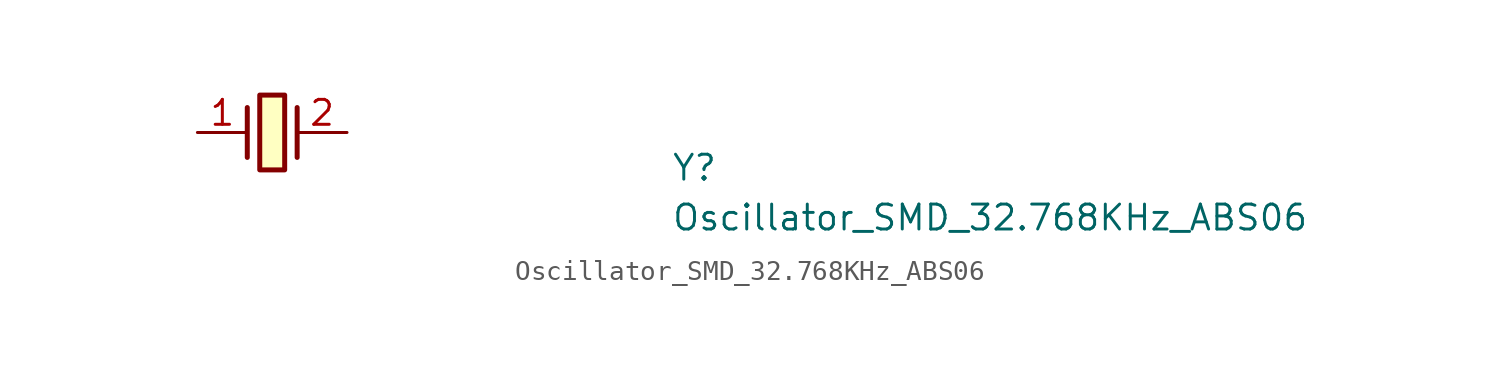
<source format=kicad_sym>
(kicad_symbol_lib
  (version 20211014)
  (generator kicad_symbol_editor)
  (symbol "Oscillator_SMD_32.768KHz_ABS06"
    (pin_names hide)
    (property "Reference" "Y"
      (at 24.13 -2.54 0)
      (effects (font (size 1.27 1.27) (thickness 0.15)) (justify left bottom)))
    (property "Value" "Oscillator_SMD_32.768KHz_ABS06"
      (at 24.13 -5.08 0)
      (effects (font (size 1.27 1.27) (thickness 0.15)) (justify left bottom)))
    (symbol "Oscillator_SMD_32.768KHz_ABS06_1_1"
      (polyline (pts (xy 2.54 1.27) (xy 2.54 -1.27)) (stroke (width 0.254) (type default) (color 0 0 0 0)) (fill (type background)))
      (polyline (pts (xy 5.08 1.27) (xy 5.08 -1.27)) (stroke (width 0.254) (type default) (color 0 0 0 0)) (fill (type background)))
      (rectangle (start 3.175 1.905) (end 4.445 -1.905) (stroke (width 0.254) (type default) (color 0 0 0 0)) (fill (type background)))
      (pin passive line (at 0 0 0) (length 2.54) (name "~" (effects (font (size 1.27 1.27)))) (number "1" (effects (font (size 1.27 1.27)))))
      (pin passive line (at 7.62 0 180) (length 2.54) (name "~" (effects (font (size 1.27 1.27)))) (number "2" (effects (font (size 1.27 1.27))))))))
</source>
